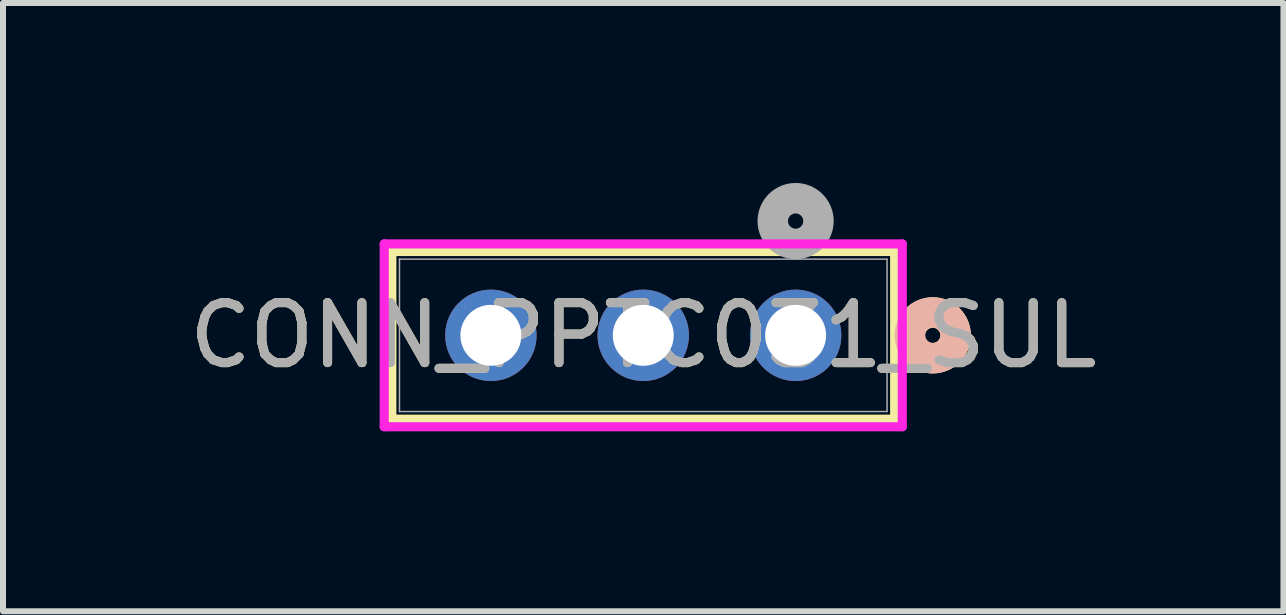
<source format=kicad_pcb>
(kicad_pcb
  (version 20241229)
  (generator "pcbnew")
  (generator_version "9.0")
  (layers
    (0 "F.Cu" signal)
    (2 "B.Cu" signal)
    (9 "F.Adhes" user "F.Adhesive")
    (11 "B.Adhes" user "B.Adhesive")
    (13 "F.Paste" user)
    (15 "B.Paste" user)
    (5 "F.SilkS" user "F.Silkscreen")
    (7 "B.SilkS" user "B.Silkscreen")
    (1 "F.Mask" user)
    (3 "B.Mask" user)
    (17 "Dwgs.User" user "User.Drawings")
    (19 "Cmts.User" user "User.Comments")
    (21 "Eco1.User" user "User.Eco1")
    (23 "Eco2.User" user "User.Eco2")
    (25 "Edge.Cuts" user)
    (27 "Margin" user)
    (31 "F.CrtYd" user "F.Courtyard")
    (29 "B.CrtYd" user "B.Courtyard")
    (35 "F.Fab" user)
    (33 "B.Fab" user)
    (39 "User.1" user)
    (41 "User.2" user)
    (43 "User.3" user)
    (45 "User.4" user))
  (footprint "CONN_PPTC031_SUL"
    (layer "F.Cu")
    (at 10.213 2.54)
    (property "Reference" "CONN_PPTC031_SUL" (at -2.54 0 0) (unlocked yes) (layer "F.SilkS") (effects (font (size 1 1) (thickness 0.15))))
    (attr through_hole)
    (fp_line (start -6.731 -1.397) (end -6.731 1.397) (stroke (width 0.152) (type solid)) (layer "F.SilkS"))
    (fp_line (start -6.731 1.397) (end 1.651 1.397) (stroke (width 0.152) (type solid)) (layer "F.SilkS"))
    (fp_line (start 1.651 -1.397) (end -6.731 -1.397) (stroke (width 0.152) (type solid)) (layer "F.SilkS"))
    (fp_line (start 1.651 1.397) (end 1.651 -1.397) (stroke (width 0.152) (type solid)) (layer "F.SilkS"))
    (fp_circle (center 2.286 0) (end 2.667 0) (stroke (width 0.508) (type solid)) (fill no) (layer "F.SilkS"))
    (fp_circle (center 2.286 0) (end 2.667 0) (stroke (width 0.508) (type solid)) (fill no) (layer "B.SilkS"))
    (fp_line (start -6.858 -1.524) (end -6.858 1.524) (stroke (width 0.152) (type solid)) (layer "F.CrtYd"))
    (fp_line (start -6.858 1.524) (end 1.778 1.524) (stroke (width 0.152) (type solid)) (layer "F.CrtYd"))
    (fp_line (start 1.778 -1.524) (end -6.858 -1.524) (stroke (width 0.152) (type solid)) (layer "F.CrtYd"))
    (fp_line (start 1.778 1.524) (end 1.778 -1.524) (stroke (width 0.152) (type solid)) (layer "F.CrtYd"))
    (fp_line (start -6.604 -1.27) (end -6.604 1.27) (stroke (width 0.025) (type solid)) (layer "F.Fab"))
    (fp_line (start -6.604 1.27) (end 1.524 1.27) (stroke (width 0.025) (type solid)) (layer "F.Fab"))
    (fp_line (start 1.524 -1.27) (end -6.604 -1.27) (stroke (width 0.025) (type solid)) (layer "F.Fab"))
    (fp_line (start 1.524 1.27) (end 1.524 -1.27) (stroke (width 0.025) (type solid)) (layer "F.Fab"))
    (fp_circle (center 0 -1.905) (end 0.381 -1.905) (stroke (width 0.508) (type solid)) (fill no) (layer "F.Fab"))
    (fp_text user "${REFERENCE}" (at -2.54 0 0) (unlocked yes) (layer "F.Fab") (effects (font (size 1 1) (thickness 0.15))))
    (pad "1" thru_hole circle (at 0 0) (size 1.524 1.524) (drill 1.016) (layers "*.Cu" "*.Mask"))
    (pad "2" thru_hole circle (at -2.54 0) (size 1.524 1.524) (drill 1.016) (layers "*.Cu" "*.Mask"))
    (pad "3" thru_hole circle (at -5.08 0) (size 1.524 1.524) (drill 1.016) (layers "*.Cu" "*.Mask")))
  (gr_rect
    (start -3 -3)
    (end 18.345 7.14)
    (stroke (width 0.1) (type default))
    (fill no)
    (layer "Edge.Cuts")))
</source>
